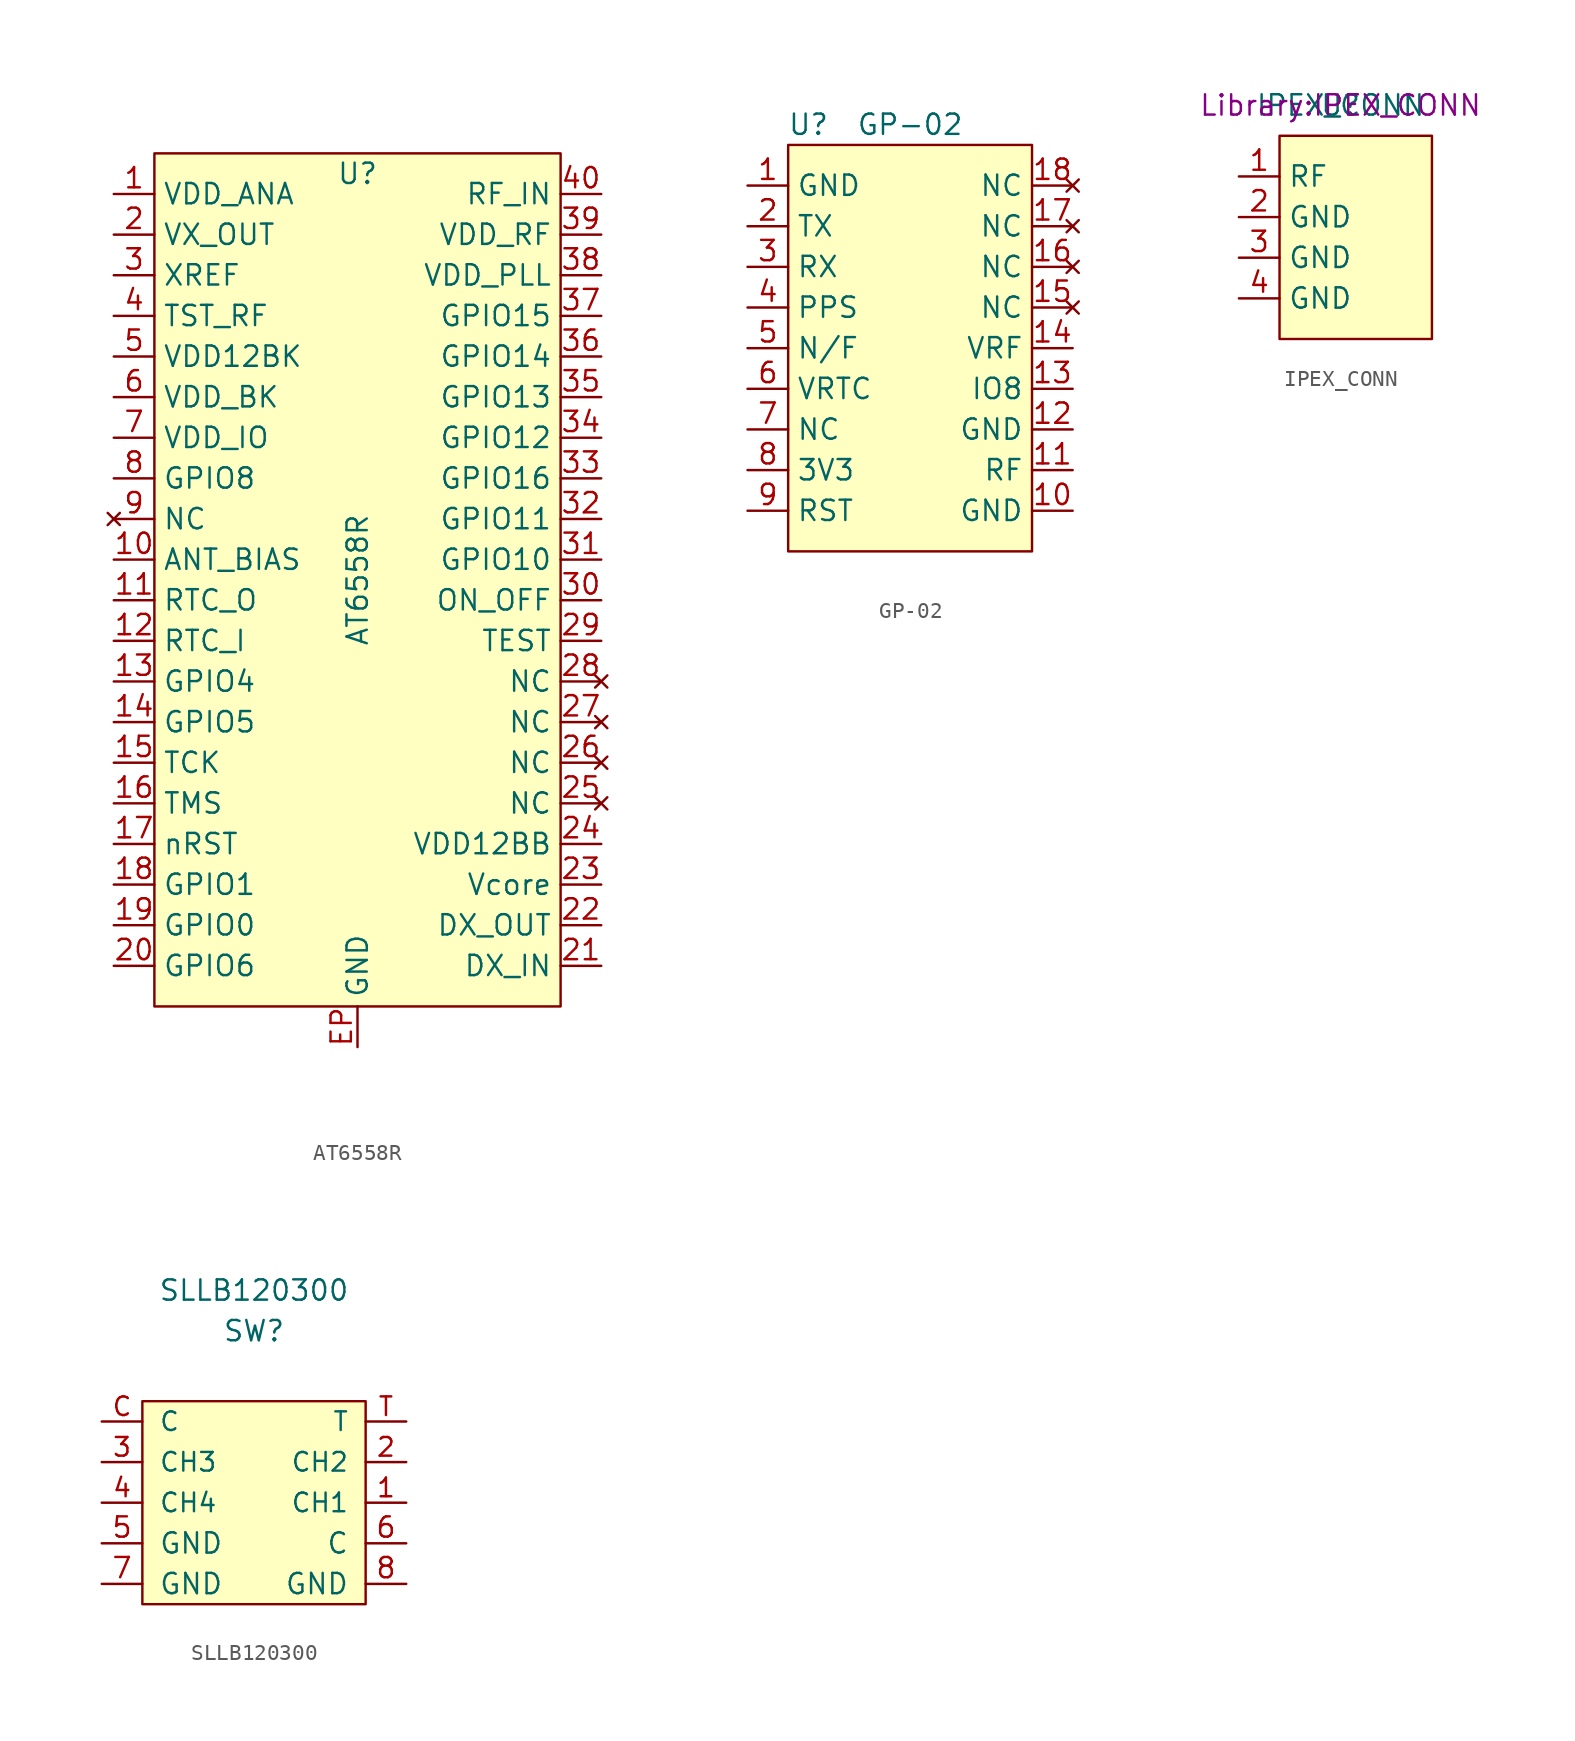
<source format=kicad_sym>
(kicad_symbol_lib
  (version 20211014)
  (generator kicad_symbol_editor)
  (symbol "AT6558R"
    (property "Reference" "U"
      (at 0 25.4 0)
      (effects (font (size 1.27 1.27))))
    (property "Value" "AT6558R"
      (at 0 0 90)
      (effects (font (size 1.27 1.27))))
    (symbol "AT6558R_0_1"
      (rectangle (start -12.7 26.67) (end 12.7 -26.67) (stroke (width 0) (type default) (color 0 0 0 0)) (fill (type background))))
    (symbol "AT6558R_1_1"
      (pin free line (at -15.24 24.13 0) (length 2.54) (name "VDD_ANA" (effects (font (size 1.27 1.27)))) (number "1" (effects (font (size 1.27 1.27)))))
      (pin free line (at -15.24 1.27 0) (length 2.54) (name "ANT_BIAS" (effects (font (size 1.27 1.27)))) (number "10" (effects (font (size 1.27 1.27)))))
      (pin free line (at -15.24 -1.27 0) (length 2.54) (name "RTC_O" (effects (font (size 1.27 1.27)))) (number "11" (effects (font (size 1.27 1.27)))))
      (pin free line (at -15.24 -3.81 0) (length 2.54) (name "RTC_I" (effects (font (size 1.27 1.27)))) (number "12" (effects (font (size 1.27 1.27)))))
      (pin free line (at -15.24 -6.35 0) (length 2.54) (name "GPIO4" (effects (font (size 1.27 1.27)))) (number "13" (effects (font (size 1.27 1.27)))))
      (pin free line (at -15.24 -8.89 0) (length 2.54) (name "GPIO5" (effects (font (size 1.27 1.27)))) (number "14" (effects (font (size 1.27 1.27)))))
      (pin free line (at -15.24 -11.43 0) (length 2.54) (name "TCK" (effects (font (size 1.27 1.27)))) (number "15" (effects (font (size 1.27 1.27)))))
      (pin free line (at -15.24 -13.97 0) (length 2.54) (name "TMS" (effects (font (size 1.27 1.27)))) (number "16" (effects (font (size 1.27 1.27)))))
      (pin free line (at -15.24 -16.51 0) (length 2.54) (name "nRST" (effects (font (size 1.27 1.27)))) (number "17" (effects (font (size 1.27 1.27)))))
      (pin free line (at -15.24 -19.05 0) (length 2.54) (name "GPIO1" (effects (font (size 1.27 1.27)))) (number "18" (effects (font (size 1.27 1.27)))))
      (pin free line (at -15.24 -21.59 0) (length 2.54) (name "GPIO0" (effects (font (size 1.27 1.27)))) (number "19" (effects (font (size 1.27 1.27)))))
      (pin free line (at -15.24 21.59 0) (length 2.54) (name "VX_OUT" (effects (font (size 1.27 1.27)))) (number "2" (effects (font (size 1.27 1.27)))))
      (pin free line (at -15.24 -24.13 0) (length 2.54) (name "GPIO6" (effects (font (size 1.27 1.27)))) (number "20" (effects (font (size 1.27 1.27)))))
      (pin free line (at 15.24 -24.13 180) (length 2.54) (name "DX_IN" (effects (font (size 1.27 1.27)))) (number "21" (effects (font (size 1.27 1.27)))))
      (pin free line (at 15.24 -21.59 180) (length 2.54) (name "DX_OUT" (effects (font (size 1.27 1.27)))) (number "22" (effects (font (size 1.27 1.27)))))
      (pin free line (at 15.24 -19.05 180) (length 2.54) (name "Vcore" (effects (font (size 1.27 1.27)))) (number "23" (effects (font (size 1.27 1.27)))))
      (pin free line (at 15.24 -16.51 180) (length 2.54) (name "VDD12BB" (effects (font (size 1.27 1.27)))) (number "24" (effects (font (size 1.27 1.27)))))
      (pin no_connect line (at 15.24 -13.97 180) (length 2.54) (name "NC" (effects (font (size 1.27 1.27)))) (number "25" (effects (font (size 1.27 1.27)))))
      (pin no_connect line (at 15.24 -11.43 180) (length 2.54) (name "NC" (effects (font (size 1.27 1.27)))) (number "26" (effects (font (size 1.27 1.27)))))
      (pin no_connect line (at 15.24 -8.89 180) (length 2.54) (name "NC" (effects (font (size 1.27 1.27)))) (number "27" (effects (font (size 1.27 1.27)))))
      (pin no_connect line (at 15.24 -6.35 180) (length 2.54) (name "NC" (effects (font (size 1.27 1.27)))) (number "28" (effects (font (size 1.27 1.27)))))
      (pin free line (at 15.24 -3.81 180) (length 2.54) (name "TEST" (effects (font (size 1.27 1.27)))) (number "29" (effects (font (size 1.27 1.27)))))
      (pin free line (at -15.24 19.05 0) (length 2.54) (name "XREF" (effects (font (size 1.27 1.27)))) (number "3" (effects (font (size 1.27 1.27)))))
      (pin free line (at 15.24 -1.27 180) (length 2.54) (name "ON_OFF" (effects (font (size 1.27 1.27)))) (number "30" (effects (font (size 1.27 1.27)))))
      (pin free line (at 15.24 1.27 180) (length 2.54) (name "GPIO10" (effects (font (size 1.27 1.27)))) (number "31" (effects (font (size 1.27 1.27)))))
      (pin free line (at 15.24 3.81 180) (length 2.54) (name "GPIO11" (effects (font (size 1.27 1.27)))) (number "32" (effects (font (size 1.27 1.27)))))
      (pin free line (at 15.24 6.35 180) (length 2.54) (name "GPIO16" (effects (font (size 1.27 1.27)))) (number "33" (effects (font (size 1.27 1.27)))))
      (pin free line (at 15.24 8.89 180) (length 2.54) (name "GPIO12" (effects (font (size 1.27 1.27)))) (number "34" (effects (font (size 1.27 1.27)))))
      (pin free line (at 15.24 11.43 180) (length 2.54) (name "GPIO13" (effects (font (size 1.27 1.27)))) (number "35" (effects (font (size 1.27 1.27)))))
      (pin free line (at 15.24 13.97 180) (length 2.54) (name "GPIO14" (effects (font (size 1.27 1.27)))) (number "36" (effects (font (size 1.27 1.27)))))
      (pin free line (at 15.24 16.51 180) (length 2.54) (name "GPIO15" (effects (font (size 1.27 1.27)))) (number "37" (effects (font (size 1.27 1.27)))))
      (pin free line (at 15.24 19.05 180) (length 2.54) (name "VDD_PLL" (effects (font (size 1.27 1.27)))) (number "38" (effects (font (size 1.27 1.27)))))
      (pin free line (at 15.24 21.59 180) (length 2.54) (name "VDD_RF" (effects (font (size 1.27 1.27)))) (number "39" (effects (font (size 1.27 1.27)))))
      (pin free line (at -15.24 16.51 0) (length 2.54) (name "TST_RF" (effects (font (size 1.27 1.27)))) (number "4" (effects (font (size 1.27 1.27)))))
      (pin free line (at 15.24 24.13 180) (length 2.54) (name "RF_IN" (effects (font (size 1.27 1.27)))) (number "40" (effects (font (size 1.27 1.27)))))
      (pin free line (at -15.24 13.97 0) (length 2.54) (name "VDD12BK" (effects (font (size 1.27 1.27)))) (number "5" (effects (font (size 1.27 1.27)))))
      (pin free line (at -15.24 11.43 0) (length 2.54) (name "VDD_BK" (effects (font (size 1.27 1.27)))) (number "6" (effects (font (size 1.27 1.27)))))
      (pin free line (at -15.24 8.89 0) (length 2.54) (name "VDD_IO" (effects (font (size 1.27 1.27)))) (number "7" (effects (font (size 1.27 1.27)))))
      (pin free line (at -15.24 6.35 0) (length 2.54) (name "GPIO8" (effects (font (size 1.27 1.27)))) (number "8" (effects (font (size 1.27 1.27)))))
      (pin no_connect line (at -15.24 3.81 0) (length 2.54) (name "NC" (effects (font (size 1.27 1.27)))) (number "9" (effects (font (size 1.27 1.27)))))
      (pin free line (at 0 -29.21 90) (length 2.54) (name "GND" (effects (font (size 1.27 1.27)))) (number "EP" (effects (font (size 1.27 1.27)))))))
  (symbol "GP-02"
    (property "Reference" "U"
      (at -6.35 13.97 0)
      (effects (font (size 1.27 1.27))))
    (property "Value" "GP-02"
      (at 0 13.97 0)
      (effects (font (size 1.27 1.27))))
    (symbol "GP-02_0_0"
      (pin free line (at -10.16 10.16 0) (length 2.54) (name "GND" (effects (font (size 1.27 1.27)))) (number "1" (effects (font (size 1.27 1.27)))))
      (pin free line (at 10.16 -10.16 180) (length 2.54) (name "GND" (effects (font (size 1.27 1.27)))) (number "10" (effects (font (size 1.27 1.27)))))
      (pin free line (at 10.16 -7.62 180) (length 2.54) (name "RF" (effects (font (size 1.27 1.27)))) (number "11" (effects (font (size 1.27 1.27)))))
      (pin free line (at 10.16 -5.08 180) (length 2.54) (name "GND" (effects (font (size 1.27 1.27)))) (number "12" (effects (font (size 1.27 1.27)))))
      (pin free line (at 10.16 -2.54 180) (length 2.54) (name "IO8" (effects (font (size 1.27 1.27)))) (number "13" (effects (font (size 1.27 1.27)))))
      (pin free line (at 10.16 0 180) (length 2.54) (name "VRF" (effects (font (size 1.27 1.27)))) (number "14" (effects (font (size 1.27 1.27)))))
      (pin no_connect line (at 10.16 2.54 180) (length 2.54) (name "NC" (effects (font (size 1.27 1.27)))) (number "15" (effects (font (size 1.27 1.27)))))
      (pin no_connect line (at 10.16 5.08 180) (length 2.54) (name "NC" (effects (font (size 1.27 1.27)))) (number "16" (effects (font (size 1.27 1.27)))))
      (pin no_connect line (at 10.16 7.62 180) (length 2.54) (name "NC" (effects (font (size 1.27 1.27)))) (number "17" (effects (font (size 1.27 1.27)))))
      (pin no_connect line (at 10.16 10.16 180) (length 2.54) (name "NC" (effects (font (size 1.27 1.27)))) (number "18" (effects (font (size 1.27 1.27)))))
      (pin free line (at -10.16 7.62 0) (length 2.54) (name "TX" (effects (font (size 1.27 1.27)))) (number "2" (effects (font (size 1.27 1.27)))))
      (pin free line (at -10.16 5.08 0) (length 2.54) (name "RX" (effects (font (size 1.27 1.27)))) (number "3" (effects (font (size 1.27 1.27)))))
      (pin free line (at -10.16 2.54 0) (length 2.54) (name "PPS" (effects (font (size 1.27 1.27)))) (number "4" (effects (font (size 1.27 1.27)))))
      (pin free line (at -10.16 0 0) (length 2.54) (name "N/F" (effects (font (size 1.27 1.27)))) (number "5" (effects (font (size 1.27 1.27)))))
      (pin free line (at -10.16 -2.54 0) (length 2.54) (name "VRTC" (effects (font (size 1.27 1.27)))) (number "6" (effects (font (size 1.27 1.27)))))
      (pin free line (at -10.16 -5.08 0) (length 2.54) (name "NC" (effects (font (size 1.27 1.27)))) (number "7" (effects (font (size 1.27 1.27)))))
      (pin free line (at -10.16 -7.62 0) (length 2.54) (name "3V3" (effects (font (size 1.27 1.27)))) (number "8" (effects (font (size 1.27 1.27)))))
      (pin free line (at -10.16 -10.16 0) (length 2.54) (name "RST" (effects (font (size 1.27 1.27)))) (number "9" (effects (font (size 1.27 1.27))))))
    (symbol "GP-02_0_1"
      (rectangle (start -7.62 12.7) (end 7.62 -12.7) (stroke (width 0) (type default) (color 0 0 0 0)) (fill (type background)))))
  (symbol "IPEX_CONN"
    (property "Reference" "U"
      (at -0.635 8.255 0)
      (effects (font (size 1.27 1.27))))
    (property "Value" "IPEX_CONN"
      (at -0.635 8.255 0)
      (effects (font (size 1.27 1.27))))
    (property "Footprint" "Library:IPEX_CONN"
      (at -0.635 8.255 0)
      (effects (font (size 1.27 1.27))))
    (symbol "IPEX_CONN_0_1"
      (rectangle (start -4.445 6.35) (end 5.08 -6.35) (stroke (width 0) (type default) (color 0 0 0 0)) (fill (type background))))
    (symbol "IPEX_CONN_1_1"
      (pin free line (at -6.985 3.81 0) (length 2.54) (name "RF" (effects (font (size 1.27 1.27)))) (number "1" (effects (font (size 1.27 1.27)))))
      (pin free line (at -6.985 1.27 0) (length 2.54) (name "GND" (effects (font (size 1.27 1.27)))) (number "2" (effects (font (size 1.27 1.27)))))
      (pin free line (at -6.985 -1.27 0) (length 2.54) (name "GND" (effects (font (size 1.27 1.27)))) (number "3" (effects (font (size 1.27 1.27)))))
      (pin free line (at -6.985 -3.81 0) (length 2.54) (name "GND" (effects (font (size 1.27 1.27)))) (number "4" (effects (font (size 1.27 1.27)))))))
  (symbol "SLLB120300"
    (pin_names
      (offset 1.016))
    (property "Reference" "SW"
      (at 0 10.744 0)
      (effects (font (size 1.27 1.27))))
    (property "Value" "SLLB120300"
      (at 0 13.284 0)
      (effects (font (size 1.27 1.27))))
    (symbol "SLLB120300_0_1"
      (rectangle (start -6.985 6.35) (end 6.985 -6.35) (stroke (width 0) (type default) (color 0 0 0 0)) (fill (type background))))
    (symbol "SLLB120300_1_1"
      (pin input line (at 9.525 0 180) (length 2.54) (name "CH1" (effects (font (size 1.168 1.168)))) (number "1" (effects (font (size 1.168 1.168)))))
      (pin input line (at 9.525 2.54 180) (length 2.54) (name "CH2" (effects (font (size 1.168 1.168)))) (number "2" (effects (font (size 1.168 1.168)))))
      (pin input line (at -9.525 2.54 0) (length 2.54) (name "CH3" (effects (font (size 1.168 1.168)))) (number "3" (effects (font (size 1.168 1.168)))))
      (pin input line (at -9.525 0 0) (length 2.54) (name "CH4" (effects (font (size 1.168 1.168)))) (number "4" (effects (font (size 1.168 1.168)))))
      (pin input line (at -9.525 -2.54 0) (length 2.54) (name "GND" (effects (font (size 1.27 1.27)))) (number "5" (effects (font (size 1.27 1.27)))))
      (pin input line (at 9.525 -2.54 180) (length 2.54) (name "C" (effects (font (size 1.27 1.27)))) (number "6" (effects (font (size 1.27 1.27)))))
      (pin input line (at -9.525 -5.08 0) (length 2.54) (name "GND" (effects (font (size 1.27 1.27)))) (number "7" (effects (font (size 1.27 1.27)))))
      (pin input line (at 9.525 -5.08 180) (length 2.54) (name "GND" (effects (font (size 1.27 1.27)))) (number "8" (effects (font (size 1.27 1.27)))))
      (pin input line (at -9.525 5.08 0) (length 2.54) (name "C" (effects (font (size 1.168 1.168)))) (number "C" (effects (font (size 1.168 1.168)))))
      (pin input line (at 9.525 5.08 180) (length 2.54) (name "T" (effects (font (size 1.168 1.168)))) (number "T" (effects (font (size 1.168 1.168))))))))
</source>
